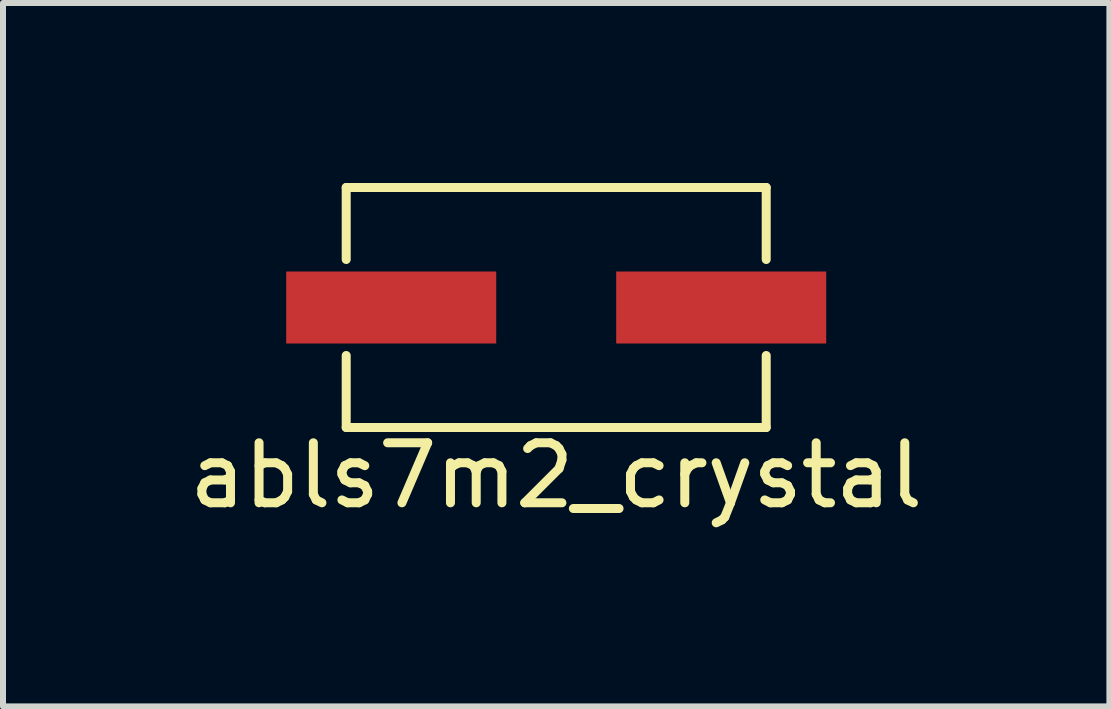
<source format=kicad_pcb>
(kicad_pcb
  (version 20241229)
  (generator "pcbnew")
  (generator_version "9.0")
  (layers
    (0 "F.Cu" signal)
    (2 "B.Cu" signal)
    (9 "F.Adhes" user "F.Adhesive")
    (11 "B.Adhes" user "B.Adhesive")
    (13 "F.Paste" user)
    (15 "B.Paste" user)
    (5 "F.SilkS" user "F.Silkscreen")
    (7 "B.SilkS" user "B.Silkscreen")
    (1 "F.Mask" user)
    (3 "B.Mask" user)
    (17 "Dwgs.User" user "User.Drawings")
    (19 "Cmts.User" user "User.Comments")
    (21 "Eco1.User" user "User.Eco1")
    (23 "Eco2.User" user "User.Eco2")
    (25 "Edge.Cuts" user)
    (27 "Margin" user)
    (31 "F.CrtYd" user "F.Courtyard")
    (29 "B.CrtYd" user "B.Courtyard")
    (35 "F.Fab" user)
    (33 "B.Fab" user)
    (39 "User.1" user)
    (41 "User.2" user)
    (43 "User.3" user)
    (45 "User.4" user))
  (footprint "abls7m2_crystal"
    (layer "F.Cu")
    (at 6.22 2.075)
    (property "Reference" "abls7m2_crystal" (at 0 2.8 0) (layer "F.SilkS") (effects (font (size 1 1) (thickness 0.15))))
    (attr through_hole)
    (fp_line (start -3.5 -2) (end 3.5 -2) (stroke (width 0.15) (type solid)) (layer "F.SilkS"))
    (fp_line (start -3.5 -0.8) (end -3.5 -2) (stroke (width 0.15) (type solid)) (layer "F.SilkS"))
    (fp_line (start -3.5 0.8) (end -3.5 2) (stroke (width 0.15) (type solid)) (layer "F.SilkS"))
    (fp_line (start -3.5 2) (end 3.5 2) (stroke (width 0.15) (type solid)) (layer "F.SilkS"))
    (fp_line (start 3.5 -2) (end 3.5 -0.8) (stroke (width 0.15) (type solid)) (layer "F.SilkS"))
    (fp_line (start 3.5 2) (end 3.5 0.8) (stroke (width 0.15) (type solid)) (layer "F.SilkS"))
    (pad "1" smd rect (at -2.75 0) (size 3.5 1.2) (layers "F.Cu" "F.Mask" "F.Paste"))
    (pad "2" smd rect (at 2.75 0) (size 3.5 1.2) (layers "F.Cu" "F.Mask" "F.Paste")))
  (gr_rect
    (start -3 -3)
    (end 15.44 8.723)
    (stroke (width 0.1) (type default))
    (fill no)
    (layer "Edge.Cuts")))
</source>
